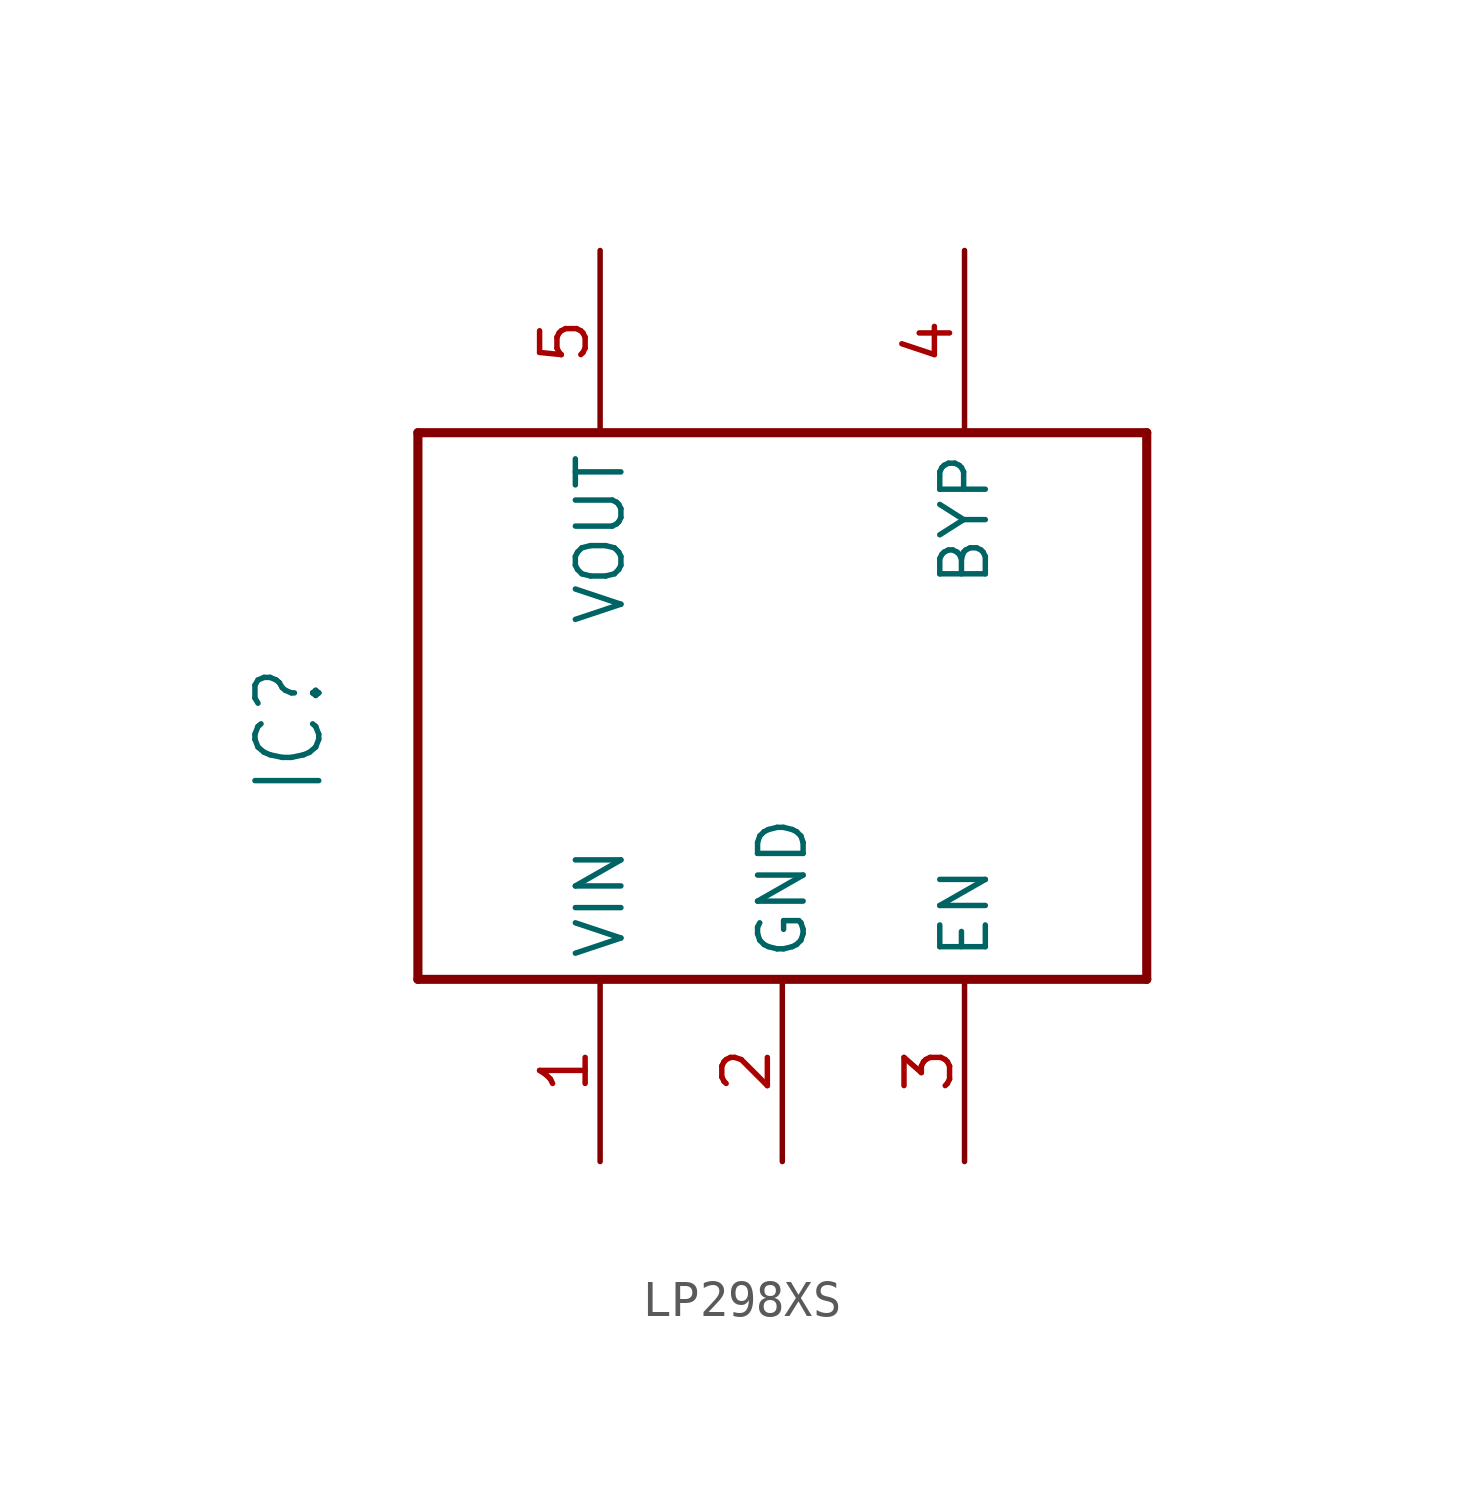
<source format=kicad_sym>
(kicad_symbol_lib
  (version 20220914)
  (generator kicad_symbol_editor)
  (symbol "LP298XS"
    (property "Reference" "IC"
      (at -12.7 -5.08 90)
      (effects (font (size 1.778 1.511)) (justify left bottom)))
    (property "Value" ""
      (at 12.7 -5.08 90)
      (effects (font (size 1.778 1.511)) (justify left bottom)))
    (property "ki_locked" ""
      (at 0 0 0)
      (effects (font (size 1.27 1.27))))
    (symbol "LP298XS_1_0"
      (polyline (pts (xy -10.16 -10.16) (xy 10.16 -10.16)) (stroke (width 0.254) (type solid)) (fill (type none)))
      (polyline (pts (xy -10.16 5.08) (xy -10.16 -10.16)) (stroke (width 0.254) (type solid)) (fill (type none)))
      (polyline (pts (xy 10.16 -10.16) (xy 10.16 5.08)) (stroke (width 0.254) (type solid)) (fill (type none)))
      (polyline (pts (xy 10.16 5.08) (xy -10.16 5.08)) (stroke (width 0.254) (type solid)) (fill (type none)))
      (pin bidirectional line (at -5.08 -15.24 90) (length 5.08) (name "VIN" (effects (font (size 1.27 1.27)))) (number "1" (effects (font (size 1.27 1.27)))))
      (pin bidirectional line (at 0 -15.24 90) (length 5.08) (name "GND" (effects (font (size 1.27 1.27)))) (number "2" (effects (font (size 1.27 1.27)))))
      (pin bidirectional line (at 5.08 -15.24 90) (length 5.08) (name "EN" (effects (font (size 1.27 1.27)))) (number "3" (effects (font (size 1.27 1.27)))))
      (pin bidirectional line (at 5.08 10.16 270) (length 5.08) (name "BYP" (effects (font (size 1.27 1.27)))) (number "4" (effects (font (size 1.27 1.27)))))
      (pin bidirectional line (at -5.08 10.16 270) (length 5.08) (name "VOUT" (effects (font (size 1.27 1.27)))) (number "5" (effects (font (size 1.27 1.27))))))))
</source>
